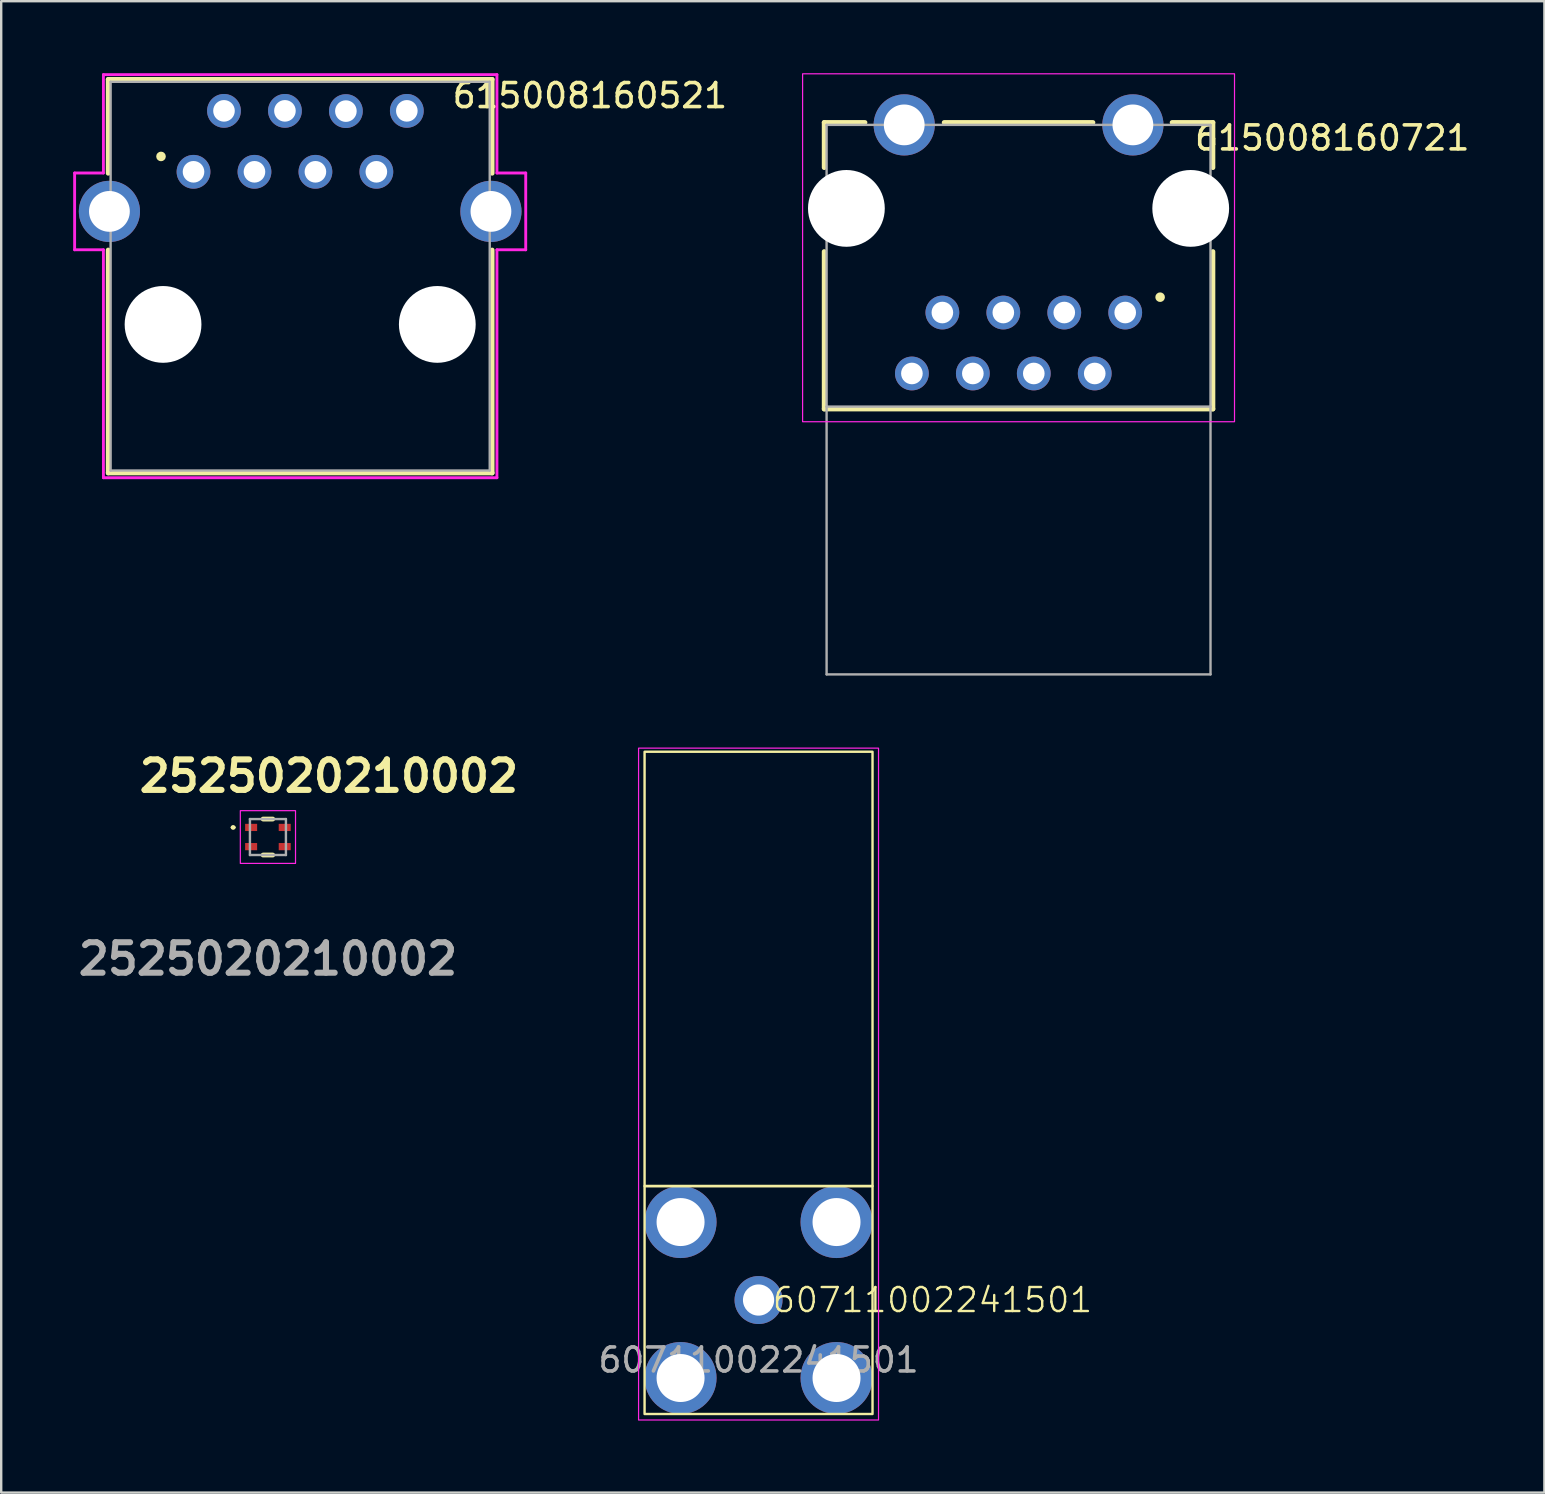
<source format=kicad_pcb>
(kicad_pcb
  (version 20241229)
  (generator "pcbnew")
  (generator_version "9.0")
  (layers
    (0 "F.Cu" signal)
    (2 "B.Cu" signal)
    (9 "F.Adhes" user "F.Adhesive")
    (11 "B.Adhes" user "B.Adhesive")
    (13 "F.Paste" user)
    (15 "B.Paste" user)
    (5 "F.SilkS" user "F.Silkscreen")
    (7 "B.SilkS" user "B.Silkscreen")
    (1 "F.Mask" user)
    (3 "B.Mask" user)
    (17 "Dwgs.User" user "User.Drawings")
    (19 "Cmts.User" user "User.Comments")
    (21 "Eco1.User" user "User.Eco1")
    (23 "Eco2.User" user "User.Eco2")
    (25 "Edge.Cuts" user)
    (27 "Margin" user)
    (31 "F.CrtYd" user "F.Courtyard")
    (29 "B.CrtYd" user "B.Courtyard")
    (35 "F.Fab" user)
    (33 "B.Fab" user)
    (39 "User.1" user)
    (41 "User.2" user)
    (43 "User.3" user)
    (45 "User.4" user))
  (footprint "615008160721"
    (layer "F.Cu")
    (at 39.399 8.025)
    (property "Reference" "615008160721" (at 13.075 -5.325 0) (layer "F.SilkS") (effects (font (size 1 1) (thickness 0.15))))
    (attr through_hole)
    (fp_line (start -8.1 -5.97) (end -6.4 -5.97) (stroke (width 0.2) (type solid)) (layer "F.SilkS"))
    (fp_line (start -8.1 -4.09) (end -8.1 -5.97) (stroke (width 0.2) (type solid)) (layer "F.SilkS"))
    (fp_line (start -8.1 -0.59) (end -8.1 5.97) (stroke (width 0.2) (type solid)) (layer "F.SilkS"))
    (fp_line (start -8.1 5.97) (end 8.1 5.97) (stroke (width 0.2) (type solid)) (layer "F.SilkS"))
    (fp_line (start -3.1 -5.97) (end 3.1 -5.97) (stroke (width 0.2) (type solid)) (layer "F.SilkS"))
    (fp_line (start 6.4 -5.97) (end 8.1 -5.97) (stroke (width 0.2) (type solid)) (layer "F.SilkS"))
    (fp_line (start 8.1 -5.97) (end 8.1 -4.09) (stroke (width 0.2) (type solid)) (layer "F.SilkS"))
    (fp_line (start 8.1 5.97) (end 8.1 -0.59) (stroke (width 0.2) (type solid)) (layer "F.SilkS"))
    (fp_circle (center 5.9 1.31) (end 6 1.31) (stroke (width 0.2) (type solid)) (fill no) (layer "F.SilkS"))
    (fp_rect (start -9 -8) (end 9 6.5) (stroke (width 0.05) (type solid)) (fill no) (layer "F.CrtYd"))
    (fp_line (start -8 -5.87) (end 8 -5.87) (stroke (width 0.1) (type solid)) (layer "F.Fab"))
    (fp_line (start -8 5.87) (end -8 -5.87) (stroke (width 0.1) (type solid)) (layer "F.Fab"))
    (fp_line (start -8 17.03) (end -8 5.87) (stroke (width 0.1) (type solid)) (layer "F.Fab"))
    (fp_line (start 8 -5.87) (end 8 5.87) (stroke (width 0.1) (type solid)) (layer "F.Fab"))
    (fp_line (start 8 5.87) (end -8 5.87) (stroke (width 0.1) (type solid)) (layer "F.Fab"))
    (fp_line (start 8 5.87) (end 8 17.03) (stroke (width 0.1) (type solid)) (layer "F.Fab"))
    (fp_line (start 8 17.03) (end -8 17.03) (stroke (width 0.1) (type solid)) (layer "F.Fab"))
    (pad "" np_thru_hole circle (at -7.175 -2.39) (size 3.2 3.2) (drill 3.2) (layers "*.Cu" "*.Mask"))
    (pad "" np_thru_hole circle (at 7.175 -2.39) (size 3.2 3.2) (drill 3.2) (layers "*.Cu" "*.Mask"))
    (pad "1" thru_hole circle (at 4.445 1.95) (size 1.408 1.408) (drill 0.9) (layers "*.Cu" "*.Mask"))
    (pad "2" thru_hole circle (at 3.175 4.49) (size 1.408 1.408) (drill 0.9) (layers "*.Cu" "*.Mask"))
    (pad "3" thru_hole circle (at 1.905 1.95) (size 1.408 1.408) (drill 0.9) (layers "*.Cu" "*.Mask"))
    (pad "4" thru_hole circle (at 0.635 4.49) (size 1.408 1.408) (drill 0.9) (layers "*.Cu" "*.Mask"))
    (pad "5" thru_hole circle (at -0.635 1.95) (size 1.408 1.408) (drill 0.9) (layers "*.Cu" "*.Mask"))
    (pad "6" thru_hole circle (at -1.905 4.49) (size 1.408 1.408) (drill 0.9) (layers "*.Cu" "*.Mask"))
    (pad "7" thru_hole circle (at -3.175 1.95) (size 1.408 1.408) (drill 0.9) (layers "*.Cu" "*.Mask"))
    (pad "8" thru_hole circle (at -4.445 4.49) (size 1.408 1.408) (drill 0.9) (layers "*.Cu" "*.Mask"))
    (pad "S1" thru_hole circle (at -4.765 -5.87) (size 2.55 2.55) (drill 1.7) (layers "*.Cu" "*.Mask"))
    (pad "S2" thru_hole circle (at 4.765 -5.87) (size 2.55 2.55) (drill 1.7) (layers "*.Cu" "*.Mask")))
  (footprint "60711002241501"
    (layer "F.Cu")
    (at 28.563 51.13)
    (property "Reference" "60711002241501" (at 7.25 0 0) (unlocked yes) (layer "F.SilkS") (effects (font (size 1 1) (thickness 0.1))))
    (attr through_hole)
    (fp_rect (start -4.75 -22.85) (end 4.75 -4.75) (stroke (width 0.1) (type default)) (fill no) (layer "F.SilkS"))
    (fp_rect (start -4.75 -4.75) (end 4.75 4.75) (stroke (width 0.1) (type default)) (fill no) (layer "F.SilkS"))
    (fp_rect (start -5 -23) (end 5 5) (stroke (width 0.05) (type default)) (fill no) (layer "F.CrtYd"))
    (fp_line (start -5.75 -7.5) (end 6 -7.5) (stroke (width 0.1) (type default)) (layer "User.6"))
    (fp_text user "${REFERENCE}" (at 0 2.5 0) (unlocked yes) (layer "F.Fab") (effects (font (size 1 1) (thickness 0.15))))
    (fp_text user "Place PCB edge here" (at -6.75 -6 0) (unlocked yes) (layer "User.6") (effects (font (size 1 1) (thickness 0.15)) (justify left bottom)))
    (pad "1" thru_hole circle (at 0 0) (size 2 2) (drill 1.3) (layers "*.Cu" "*.Mask"))
    (pad "2" thru_hole circle (at -3.25 -3.25) (size 3 3) (drill 2) (layers "*.Cu" "*.Mask"))
    (pad "2" thru_hole circle (at -3.25 3.25) (size 3 3) (drill 2) (layers "*.Cu" "*.Mask"))
    (pad "2" thru_hole circle (at 3.25 -3.25) (size 3 3) (drill 2) (layers "*.Cu" "*.Mask"))
    (pad "2" thru_hole circle (at 3.25 3.25) (size 3 3) (drill 2) (layers "*.Cu" "*.Mask")))
  (footprint "2525020210002"
    (layer "F.Cu")
    (at 8.116 31.834)
    (property "Reference" "2525020210002" (at 2.54 -2.54 0) (layer "F.SilkS") (effects (font (size 1.27 1.27) (thickness 0.254))))
    (attr smd)
    (fp_line (start -1.5 -0.4) (end -1.5 -0.4) (stroke (width 0.1) (type solid)) (layer "F.SilkS"))
    (fp_line (start -1.4 -0.4) (end -1.4 -0.4) (stroke (width 0.1) (type solid)) (layer "F.SilkS"))
    (fp_line (start -0.2 -0.75) (end 0.2 -0.75) (stroke (width 0.2) (type solid)) (layer "F.SilkS"))
    (fp_line (start -0.2 0.75) (end 0.2 0.75) (stroke (width 0.2) (type solid)) (layer "F.SilkS"))
    (fp_arc (start -1.5 -0.4) (mid -1.45 -0.45) (end -1.4 -0.4) (stroke (width 0.1) (type solid)) (layer "F.SilkS"))
    (fp_arc (start -1.4 -0.4) (mid -1.45 -0.35) (end -1.5 -0.4) (stroke (width 0.1) (type solid)) (layer "F.SilkS"))
    (fp_rect (start -1.15 -1.1) (end 1.15 1.1) (stroke (width 0.05) (type default)) (fill no) (layer "F.CrtYd"))
    (fp_line (start -0.75 -0.75) (end 0.75 -0.75) (stroke (width 0.1) (type solid)) (layer "F.Fab"))
    (fp_line (start -0.75 0.75) (end -0.75 -0.75) (stroke (width 0.1) (type solid)) (layer "F.Fab"))
    (fp_line (start 0.75 -0.75) (end 0.75 0.75) (stroke (width 0.1) (type solid)) (layer "F.Fab"))
    (fp_line (start 0.75 0.75) (end -0.75 0.75) (stroke (width 0.1) (type solid)) (layer "F.Fab"))
    (fp_text user "${REFERENCE}" (at 0 5.08 0) (layer "F.Fab") (effects (font (size 1.27 1.27) (thickness 0.254))))
    (pad "1" smd rect (at -0.7 -0.4 90) (size 0.3 0.5) (layers "F.Cu" "F.Mask" "F.Paste"))
    (pad "2" smd rect (at -0.7 0.4 90) (size 0.3 0.5) (layers "F.Cu" "F.Mask" "F.Paste"))
    (pad "3" smd rect (at 0.7 0.4 90) (size 0.3 0.5) (layers "F.Cu" "F.Mask" "F.Paste"))
    (pad "4" smd rect (at 0.7 -0.4 90) (size 0.3 0.5) (layers "F.Cu" "F.Mask" "F.Paste")))
  (footprint "615008160521"
    (layer "F.Cu")
    (at 9.46 8.46)
    (property "Reference" "615008160521" (at 12.075 -7.525 0) (layer "F.SilkS") (effects (font (size 1 1) (thickness 0.15))))
    (attr through_hole)
    (fp_line (start -8 -8.2) (end 8 -8.2) (stroke (width 0.2) (type solid)) (layer "F.SilkS"))
    (fp_line (start -8 -4.29) (end -8 -8.2) (stroke (width 0.2) (type solid)) (layer "F.SilkS"))
    (fp_line (start -8 -1.09) (end -8 8.2) (stroke (width 0.2) (type solid)) (layer "F.SilkS"))
    (fp_line (start -8 8.2) (end 8 8.2) (stroke (width 0.2) (type solid)) (layer "F.SilkS"))
    (fp_line (start 8 -8.2) (end 8 -4.29) (stroke (width 0.2) (type solid)) (layer "F.SilkS"))
    (fp_line (start 8 8.2) (end 8 -1.09) (stroke (width 0.2) (type solid)) (layer "F.SilkS"))
    (fp_circle (center -5.8 -4.99) (end -5.7 -4.99) (stroke (width 0.2) (type solid)) (fill no) (layer "F.SilkS"))
    (fp_line (start -9.4 -4.3) (end -8.2 -4.3) (stroke (width 0.12) (type solid)) (layer "F.CrtYd"))
    (fp_line (start -9.4 -1.1) (end -9.4 -4.3) (stroke (width 0.12) (type solid)) (layer "F.CrtYd"))
    (fp_line (start -8.2 -8.4) (end 8.2 -8.4) (stroke (width 0.12) (type solid)) (layer "F.CrtYd"))
    (fp_line (start -8.2 -4.3) (end -8.2 -8.4) (stroke (width 0.12) (type solid)) (layer "F.CrtYd"))
    (fp_line (start -8.2 -1.1) (end -9.4 -1.1) (stroke (width 0.12) (type solid)) (layer "F.CrtYd"))
    (fp_line (start -8.2 8.4) (end -8.2 -1.1) (stroke (width 0.12) (type solid)) (layer "F.CrtYd"))
    (fp_line (start 8.2 -8.4) (end 8.2 -4.3) (stroke (width 0.12) (type solid)) (layer "F.CrtYd"))
    (fp_line (start 8.2 -4.3) (end 9.4 -4.3) (stroke (width 0.12) (type solid)) (layer "F.CrtYd"))
    (fp_line (start 8.2 -1.1) (end 8.2 8.4) (stroke (width 0.12) (type solid)) (layer "F.CrtYd"))
    (fp_line (start 8.2 8.4) (end -8.2 8.4) (stroke (width 0.12) (type solid)) (layer "F.CrtYd"))
    (fp_line (start 9.4 -4.3) (end 9.4 -1.1) (stroke (width 0.12) (type solid)) (layer "F.CrtYd"))
    (fp_line (start 9.4 -1.1) (end 8.2 -1.1) (stroke (width 0.12) (type solid)) (layer "F.CrtYd"))
    (fp_line (start -7.9 -8.1) (end -7.9 8.1) (stroke (width 0.1) (type solid)) (layer "F.Fab"))
    (fp_line (start -7.9 8.1) (end 7.9 8.1) (stroke (width 0.1) (type solid)) (layer "F.Fab"))
    (fp_line (start 7.9 -8.1) (end -7.9 -8.1) (stroke (width 0.1) (type solid)) (layer "F.Fab"))
    (fp_line (start 7.9 8.1) (end 7.9 -8.1) (stroke (width 0.1) (type solid)) (layer "F.Fab"))
    (pad "" np_thru_hole circle (at -5.715 2.01) (size 3.2 3.2) (drill 3.2) (layers "*.Cu" "*.Mask"))
    (pad "" np_thru_hole circle (at 5.715 2.01) (size 3.2 3.2) (drill 3.2) (layers "*.Cu" "*.Mask"))
    (pad "1" thru_hole circle (at -4.445 -4.35) (size 1.408 1.408) (drill 0.9) (layers "*.Cu" "*.Mask"))
    (pad "2" thru_hole circle (at -3.175 -6.89) (size 1.408 1.408) (drill 0.9) (layers "*.Cu" "*.Mask"))
    (pad "3" thru_hole circle (at -1.905 -4.35) (size 1.408 1.408) (drill 0.9) (layers "*.Cu" "*.Mask"))
    (pad "4" thru_hole circle (at -0.635 -6.89) (size 1.408 1.408) (drill 0.9) (layers "*.Cu" "*.Mask"))
    (pad "5" thru_hole circle (at 0.635 -4.35) (size 1.408 1.408) (drill 0.9) (layers "*.Cu" "*.Mask"))
    (pad "6" thru_hole circle (at 1.905 -6.88) (size 1.408 1.408) (drill 0.9) (layers "*.Cu" "*.Mask"))
    (pad "7" thru_hole circle (at 3.175 -4.35) (size 1.408 1.408) (drill 0.9) (layers "*.Cu" "*.Mask"))
    (pad "8" thru_hole circle (at 4.445 -6.89) (size 1.408 1.408) (drill 0.9) (layers "*.Cu" "*.Mask"))
    (pad "S1" thru_hole circle (at -7.95 -2.7) (size 2.55 2.55) (drill 1.7) (layers "*.Cu" "*.Mask"))
    (pad "S1" thru_hole circle (at 7.95 -2.7) (size 2.55 2.55) (drill 1.7) (layers "*.Cu" "*.Mask")))
  (gr_rect
    (start -3 -3)
    (end 61.314 59.155)
    (stroke (width 0.1) (type default))
    (fill no)
    (layer "Edge.Cuts")))
</source>
